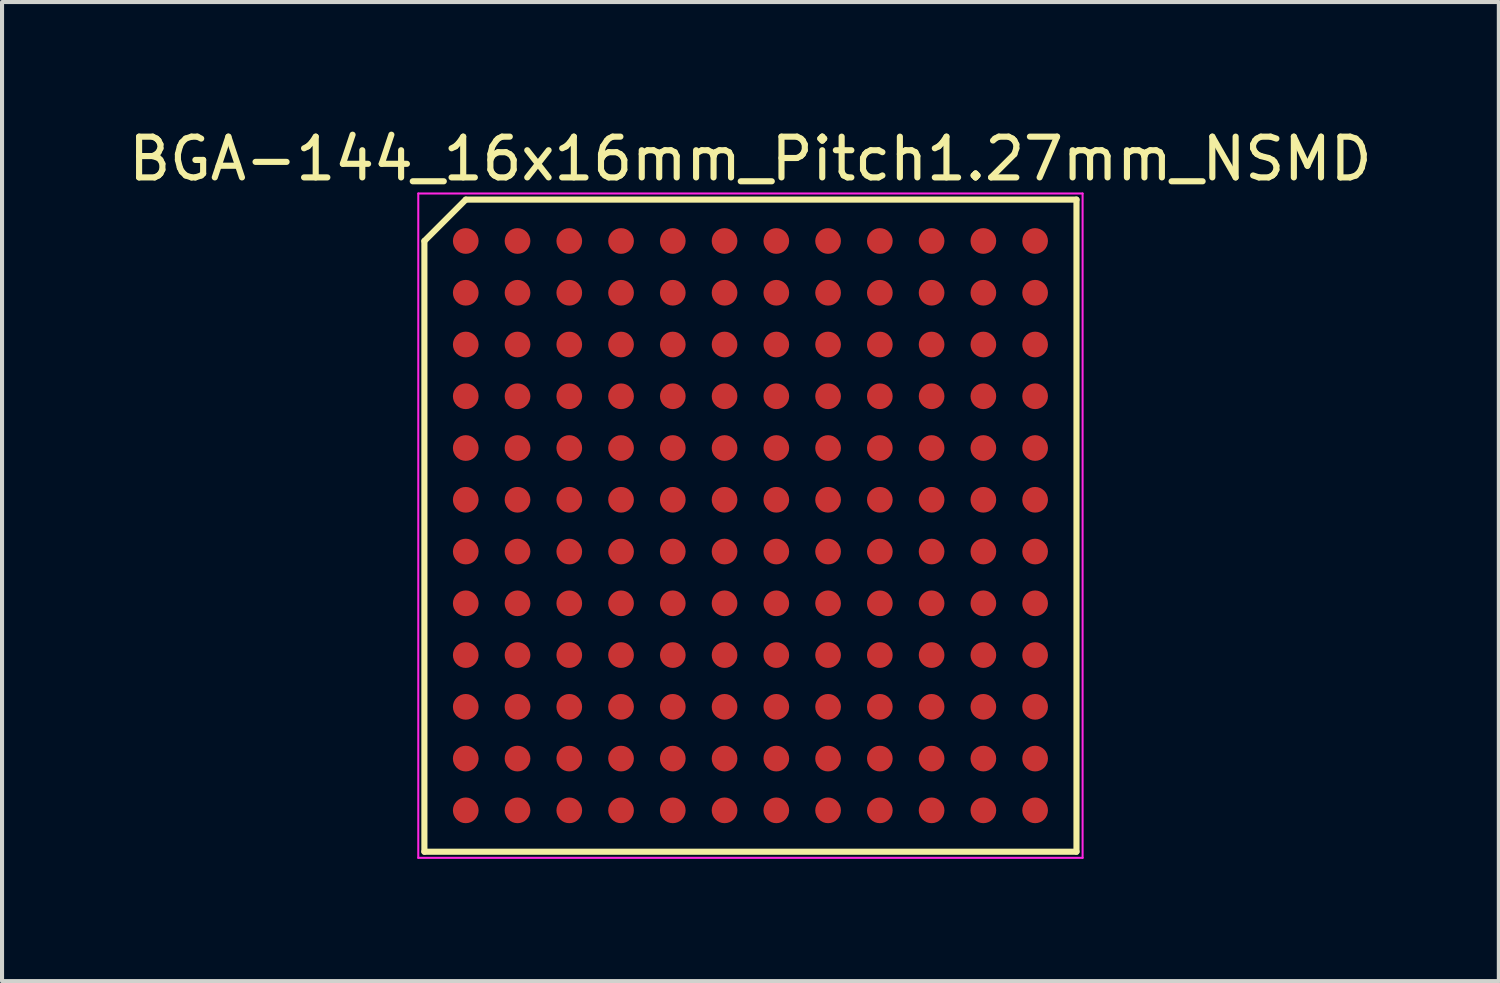
<source format=kicad_pcb>
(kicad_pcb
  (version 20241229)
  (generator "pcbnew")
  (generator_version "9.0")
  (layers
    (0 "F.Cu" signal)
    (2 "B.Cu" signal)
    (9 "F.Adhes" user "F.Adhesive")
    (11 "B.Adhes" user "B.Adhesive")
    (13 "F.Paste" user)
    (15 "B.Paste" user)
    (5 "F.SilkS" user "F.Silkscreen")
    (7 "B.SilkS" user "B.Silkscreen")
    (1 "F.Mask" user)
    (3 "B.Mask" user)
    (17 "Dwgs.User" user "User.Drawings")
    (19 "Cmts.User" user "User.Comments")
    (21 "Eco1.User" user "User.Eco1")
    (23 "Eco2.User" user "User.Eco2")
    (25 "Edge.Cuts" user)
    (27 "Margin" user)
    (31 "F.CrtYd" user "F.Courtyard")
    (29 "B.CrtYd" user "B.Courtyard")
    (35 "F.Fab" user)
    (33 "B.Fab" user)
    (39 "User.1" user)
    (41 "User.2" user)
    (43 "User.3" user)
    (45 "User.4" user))
  (footprint "BGA-144_16x16mm_Pitch1.27mm_NSMD"
    (layer "F.Cu")
    (at 15.363 9.848)
    (property "Reference" "BGA-144_16x16mm_Pitch1.27mm_NSMD" (at 0 -9 0) (layer "F.SilkS") (effects (font (size 1 1) (thickness 0.15))))
    (attr smd)
    (fp_line (start -8 -6.985) (end -8 8) (stroke (width 0.15) (type solid)) (layer "F.SilkS"))
    (fp_line (start -8 8) (end 8 8) (stroke (width 0.15) (type solid)) (layer "F.SilkS"))
    (fp_line (start -6.985 -8) (end -8 -6.985) (stroke (width 0.15) (type solid)) (layer "F.SilkS"))
    (fp_line (start 8 -8) (end -6.985 -8) (stroke (width 0.15) (type solid)) (layer "F.SilkS"))
    (fp_line (start 8 8) (end 8 -8) (stroke (width 0.15) (type solid)) (layer "F.SilkS"))
    (fp_line (start -8.15 -8.15) (end 8.15 -8.15) (stroke (width 0.05) (type solid)) (layer "F.CrtYd"))
    (fp_line (start -8.15 8.15) (end -8.15 -8.15) (stroke (width 0.05) (type solid)) (layer "F.CrtYd"))
    (fp_line (start 8.15 -8.15) (end 8.15 8.15) (stroke (width 0.05) (type solid)) (layer "F.CrtYd"))
    (fp_line (start 8.15 8.15) (end -8.15 8.15) (stroke (width 0.05) (type solid)) (layer "F.CrtYd"))
    (pad "A1" smd circle (at -6.985 -6.985) (size 0.63 0.63) (layers "F.Cu" "F.Mask" "F.Paste"))
    (pad "A2" smd circle (at -6.985 -5.715) (size 0.63 0.63) (layers "F.Cu" "F.Mask" "F.Paste"))
    (pad "A3" smd circle (at -6.985 -4.445) (size 0.63 0.63) (layers "F.Cu" "F.Mask" "F.Paste"))
    (pad "A4" smd circle (at -6.985 -3.175) (size 0.63 0.63) (layers "F.Cu" "F.Mask" "F.Paste"))
    (pad "A5" smd circle (at -6.985 -1.905) (size 0.63 0.63) (layers "F.Cu" "F.Mask" "F.Paste"))
    (pad "A6" smd circle (at -6.985 -0.635) (size 0.63 0.63) (layers "F.Cu" "F.Mask" "F.Paste"))
    (pad "A7" smd circle (at -6.985 0.635) (size 0.63 0.63) (layers "F.Cu" "F.Mask" "F.Paste"))
    (pad "A8" smd circle (at -6.985 1.905) (size 0.63 0.63) (layers "F.Cu" "F.Mask" "F.Paste"))
    (pad "A9" smd circle (at -6.985 3.175) (size 0.63 0.63) (layers "F.Cu" "F.Mask" "F.Paste"))
    (pad "A10" smd circle (at -6.985 4.445) (size 0.63 0.63) (layers "F.Cu" "F.Mask" "F.Paste"))
    (pad "A11" smd circle (at -6.985 5.715) (size 0.63 0.63) (layers "F.Cu" "F.Mask" "F.Paste"))
    (pad "A12" smd circle (at -6.985 6.985) (size 0.63 0.63) (layers "F.Cu" "F.Mask" "F.Paste"))
    (pad "B1" smd circle (at -5.715 -6.985) (size 0.63 0.63) (layers "F.Cu" "F.Mask" "F.Paste"))
    (pad "B2" smd circle (at -5.715 -5.715) (size 0.63 0.63) (layers "F.Cu" "F.Mask" "F.Paste"))
    (pad "B3" smd circle (at -5.715 -4.445) (size 0.63 0.63) (layers "F.Cu" "F.Mask" "F.Paste"))
    (pad "B4" smd circle (at -5.715 -3.175) (size 0.63 0.63) (layers "F.Cu" "F.Mask" "F.Paste"))
    (pad "B5" smd circle (at -5.715 -1.905) (size 0.63 0.63) (layers "F.Cu" "F.Mask" "F.Paste"))
    (pad "B6" smd circle (at -5.715 -0.635) (size 0.63 0.63) (layers "F.Cu" "F.Mask" "F.Paste"))
    (pad "B7" smd circle (at -5.715 0.635) (size 0.63 0.63) (layers "F.Cu" "F.Mask" "F.Paste"))
    (pad "B8" smd circle (at -5.715 1.905) (size 0.63 0.63) (layers "F.Cu" "F.Mask" "F.Paste"))
    (pad "B9" smd circle (at -5.715 3.175) (size 0.63 0.63) (layers "F.Cu" "F.Mask" "F.Paste"))
    (pad "B10" smd circle (at -5.715 4.445) (size 0.63 0.63) (layers "F.Cu" "F.Mask" "F.Paste"))
    (pad "B11" smd circle (at -5.715 5.715) (size 0.63 0.63) (layers "F.Cu" "F.Mask" "F.Paste"))
    (pad "B12" smd circle (at -5.715 6.985) (size 0.63 0.63) (layers "F.Cu" "F.Mask" "F.Paste"))
    (pad "C1" smd circle (at -4.445 -6.985) (size 0.63 0.63) (layers "F.Cu" "F.Mask" "F.Paste"))
    (pad "C2" smd circle (at -4.445 -5.715) (size 0.63 0.63) (layers "F.Cu" "F.Mask" "F.Paste"))
    (pad "C3" smd circle (at -4.445 -4.445) (size 0.63 0.63) (layers "F.Cu" "F.Mask" "F.Paste"))
    (pad "C4" smd circle (at -4.445 -3.175) (size 0.63 0.63) (layers "F.Cu" "F.Mask" "F.Paste"))
    (pad "C5" smd circle (at -4.445 -1.905) (size 0.63 0.63) (layers "F.Cu" "F.Mask" "F.Paste"))
    (pad "C6" smd circle (at -4.445 -0.635) (size 0.63 0.63) (layers "F.Cu" "F.Mask" "F.Paste"))
    (pad "C7" smd circle (at -4.445 0.635) (size 0.63 0.63) (layers "F.Cu" "F.Mask" "F.Paste"))
    (pad "C8" smd circle (at -4.445 1.905) (size 0.63 0.63) (layers "F.Cu" "F.Mask" "F.Paste"))
    (pad "C9" smd circle (at -4.445 3.175) (size 0.63 0.63) (layers "F.Cu" "F.Mask" "F.Paste"))
    (pad "C10" smd circle (at -4.445 4.445) (size 0.63 0.63) (layers "F.Cu" "F.Mask" "F.Paste"))
    (pad "C11" smd circle (at -4.445 5.715) (size 0.63 0.63) (layers "F.Cu" "F.Mask" "F.Paste"))
    (pad "C12" smd circle (at -4.445 6.985) (size 0.63 0.63) (layers "F.Cu" "F.Mask" "F.Paste"))
    (pad "D1" smd circle (at -3.175 -6.985) (size 0.63 0.63) (layers "F.Cu" "F.Mask" "F.Paste"))
    (pad "D2" smd circle (at -3.175 -5.715) (size 0.63 0.63) (layers "F.Cu" "F.Mask" "F.Paste"))
    (pad "D3" smd circle (at -3.175 -4.445) (size 0.63 0.63) (layers "F.Cu" "F.Mask" "F.Paste"))
    (pad "D4" smd circle (at -3.175 -3.175) (size 0.63 0.63) (layers "F.Cu" "F.Mask" "F.Paste"))
    (pad "D5" smd circle (at -3.175 -1.905) (size 0.63 0.63) (layers "F.Cu" "F.Mask" "F.Paste"))
    (pad "D6" smd circle (at -3.175 -0.635) (size 0.63 0.63) (layers "F.Cu" "F.Mask" "F.Paste"))
    (pad "D7" smd circle (at -3.175 0.635) (size 0.63 0.63) (layers "F.Cu" "F.Mask" "F.Paste"))
    (pad "D8" smd circle (at -3.175 1.905) (size 0.63 0.63) (layers "F.Cu" "F.Mask" "F.Paste"))
    (pad "D9" smd circle (at -3.175 3.175) (size 0.63 0.63) (layers "F.Cu" "F.Mask" "F.Paste"))
    (pad "D10" smd circle (at -3.175 4.445) (size 0.63 0.63) (layers "F.Cu" "F.Mask" "F.Paste"))
    (pad "D11" smd circle (at -3.175 5.715) (size 0.63 0.63) (layers "F.Cu" "F.Mask" "F.Paste"))
    (pad "D12" smd circle (at -3.175 6.985) (size 0.63 0.63) (layers "F.Cu" "F.Mask" "F.Paste"))
    (pad "E1" smd circle (at -1.905 -6.985) (size 0.63 0.63) (layers "F.Cu" "F.Mask" "F.Paste"))
    (pad "E2" smd circle (at -1.905 -5.715) (size 0.63 0.63) (layers "F.Cu" "F.Mask" "F.Paste"))
    (pad "E3" smd circle (at -1.905 -4.445) (size 0.63 0.63) (layers "F.Cu" "F.Mask" "F.Paste"))
    (pad "E4" smd circle (at -1.905 -3.175) (size 0.63 0.63) (layers "F.Cu" "F.Mask" "F.Paste"))
    (pad "E5" smd circle (at -1.905 -1.905) (size 0.63 0.63) (layers "F.Cu" "F.Mask" "F.Paste"))
    (pad "E6" smd circle (at -1.905 -0.635) (size 0.63 0.63) (layers "F.Cu" "F.Mask" "F.Paste"))
    (pad "E7" smd circle (at -1.905 0.635) (size 0.63 0.63) (layers "F.Cu" "F.Mask" "F.Paste"))
    (pad "E8" smd circle (at -1.905 1.905) (size 0.63 0.63) (layers "F.Cu" "F.Mask" "F.Paste"))
    (pad "E9" smd circle (at -1.905 3.175) (size 0.63 0.63) (layers "F.Cu" "F.Mask" "F.Paste"))
    (pad "E10" smd circle (at -1.905 4.445) (size 0.63 0.63) (layers "F.Cu" "F.Mask" "F.Paste"))
    (pad "E11" smd circle (at -1.905 5.715) (size 0.63 0.63) (layers "F.Cu" "F.Mask" "F.Paste"))
    (pad "E12" smd circle (at -1.905 6.985) (size 0.63 0.63) (layers "F.Cu" "F.Mask" "F.Paste"))
    (pad "F1" smd circle (at -0.635 -6.985) (size 0.63 0.63) (layers "F.Cu" "F.Mask" "F.Paste"))
    (pad "F2" smd circle (at -0.635 -5.715) (size 0.63 0.63) (layers "F.Cu" "F.Mask" "F.Paste"))
    (pad "F3" smd circle (at -0.635 -4.445) (size 0.63 0.63) (layers "F.Cu" "F.Mask" "F.Paste"))
    (pad "F4" smd circle (at -0.635 -3.175) (size 0.63 0.63) (layers "F.Cu" "F.Mask" "F.Paste"))
    (pad "F5" smd circle (at -0.635 -1.905) (size 0.63 0.63) (layers "F.Cu" "F.Mask" "F.Paste"))
    (pad "F6" smd circle (at -0.635 -0.635) (size 0.63 0.63) (layers "F.Cu" "F.Mask" "F.Paste"))
    (pad "F7" smd circle (at -0.635 0.635) (size 0.63 0.63) (layers "F.Cu" "F.Mask" "F.Paste"))
    (pad "F8" smd circle (at -0.635 1.905) (size 0.63 0.63) (layers "F.Cu" "F.Mask" "F.Paste"))
    (pad "F9" smd circle (at -0.635 3.175) (size 0.63 0.63) (layers "F.Cu" "F.Mask" "F.Paste"))
    (pad "F10" smd circle (at -0.635 4.445) (size 0.63 0.63) (layers "F.Cu" "F.Mask" "F.Paste"))
    (pad "F11" smd circle (at -0.635 5.715) (size 0.63 0.63) (layers "F.Cu" "F.Mask" "F.Paste"))
    (pad "F12" smd circle (at -0.635 6.985) (size 0.63 0.63) (layers "F.Cu" "F.Mask" "F.Paste"))
    (pad "G1" smd circle (at 0.635 -6.985) (size 0.63 0.63) (layers "F.Cu" "F.Mask" "F.Paste"))
    (pad "G2" smd circle (at 0.635 -5.715) (size 0.63 0.63) (layers "F.Cu" "F.Mask" "F.Paste"))
    (pad "G3" smd circle (at 0.635 -4.445) (size 0.63 0.63) (layers "F.Cu" "F.Mask" "F.Paste"))
    (pad "G4" smd circle (at 0.635 -3.175) (size 0.63 0.63) (layers "F.Cu" "F.Mask" "F.Paste"))
    (pad "G5" smd circle (at 0.635 -1.905) (size 0.63 0.63) (layers "F.Cu" "F.Mask" "F.Paste"))
    (pad "G6" smd circle (at 0.635 -0.635) (size 0.63 0.63) (layers "F.Cu" "F.Mask" "F.Paste"))
    (pad "G7" smd circle (at 0.635 0.635) (size 0.63 0.63) (layers "F.Cu" "F.Mask" "F.Paste"))
    (pad "G8" smd circle (at 0.635 1.905) (size 0.63 0.63) (layers "F.Cu" "F.Mask" "F.Paste"))
    (pad "G9" smd circle (at 0.635 3.175) (size 0.63 0.63) (layers "F.Cu" "F.Mask" "F.Paste"))
    (pad "G10" smd circle (at 0.635 4.445) (size 0.63 0.63) (layers "F.Cu" "F.Mask" "F.Paste"))
    (pad "G11" smd circle (at 0.635 5.715) (size 0.63 0.63) (layers "F.Cu" "F.Mask" "F.Paste"))
    (pad "G12" smd circle (at 0.635 6.985) (size 0.63 0.63) (layers "F.Cu" "F.Mask" "F.Paste"))
    (pad "H1" smd circle (at 1.905 -6.985) (size 0.63 0.63) (layers "F.Cu" "F.Mask" "F.Paste"))
    (pad "H2" smd circle (at 1.905 -5.715) (size 0.63 0.63) (layers "F.Cu" "F.Mask" "F.Paste"))
    (pad "H3" smd circle (at 1.905 -4.445) (size 0.63 0.63) (layers "F.Cu" "F.Mask" "F.Paste"))
    (pad "H4" smd circle (at 1.905 -3.175) (size 0.63 0.63) (layers "F.Cu" "F.Mask" "F.Paste"))
    (pad "H5" smd circle (at 1.905 -1.905) (size 0.63 0.63) (layers "F.Cu" "F.Mask" "F.Paste"))
    (pad "H6" smd circle (at 1.905 -0.635) (size 0.63 0.63) (layers "F.Cu" "F.Mask" "F.Paste"))
    (pad "H7" smd circle (at 1.905 0.635) (size 0.63 0.63) (layers "F.Cu" "F.Mask" "F.Paste"))
    (pad "H8" smd circle (at 1.905 1.905) (size 0.63 0.63) (layers "F.Cu" "F.Mask" "F.Paste"))
    (pad "H9" smd circle (at 1.905 3.175) (size 0.63 0.63) (layers "F.Cu" "F.Mask" "F.Paste"))
    (pad "H10" smd circle (at 1.905 4.445) (size 0.63 0.63) (layers "F.Cu" "F.Mask" "F.Paste"))
    (pad "H11" smd circle (at 1.905 5.715) (size 0.63 0.63) (layers "F.Cu" "F.Mask" "F.Paste"))
    (pad "H12" smd circle (at 1.905 6.985) (size 0.63 0.63) (layers "F.Cu" "F.Mask" "F.Paste"))
    (pad "J1" smd circle (at 3.175 -6.985) (size 0.63 0.63) (layers "F.Cu" "F.Mask" "F.Paste"))
    (pad "J2" smd circle (at 3.175 -5.715) (size 0.63 0.63) (layers "F.Cu" "F.Mask" "F.Paste"))
    (pad "J3" smd circle (at 3.175 -4.445) (size 0.63 0.63) (layers "F.Cu" "F.Mask" "F.Paste"))
    (pad "J4" smd circle (at 3.175 -3.175) (size 0.63 0.63) (layers "F.Cu" "F.Mask" "F.Paste"))
    (pad "J5" smd circle (at 3.175 -1.905) (size 0.63 0.63) (layers "F.Cu" "F.Mask" "F.Paste"))
    (pad "J6" smd circle (at 3.175 -0.635) (size 0.63 0.63) (layers "F.Cu" "F.Mask" "F.Paste"))
    (pad "J7" smd circle (at 3.175 0.635) (size 0.63 0.63) (layers "F.Cu" "F.Mask" "F.Paste"))
    (pad "J8" smd circle (at 3.175 1.905) (size 0.63 0.63) (layers "F.Cu" "F.Mask" "F.Paste"))
    (pad "J9" smd circle (at 3.175 3.175) (size 0.63 0.63) (layers "F.Cu" "F.Mask" "F.Paste"))
    (pad "J10" smd circle (at 3.175 4.445) (size 0.63 0.63) (layers "F.Cu" "F.Mask" "F.Paste"))
    (pad "J11" smd circle (at 3.175 5.715) (size 0.63 0.63) (layers "F.Cu" "F.Mask" "F.Paste"))
    (pad "J12" smd circle (at 3.175 6.985) (size 0.63 0.63) (layers "F.Cu" "F.Mask" "F.Paste"))
    (pad "K1" smd circle (at 4.445 -6.985) (size 0.63 0.63) (layers "F.Cu" "F.Mask" "F.Paste"))
    (pad "K2" smd circle (at 4.445 -5.715) (size 0.63 0.63) (layers "F.Cu" "F.Mask" "F.Paste"))
    (pad "K3" smd circle (at 4.445 -4.445) (size 0.63 0.63) (layers "F.Cu" "F.Mask" "F.Paste"))
    (pad "K4" smd circle (at 4.445 -3.175) (size 0.63 0.63) (layers "F.Cu" "F.Mask" "F.Paste"))
    (pad "K5" smd circle (at 4.445 -1.905) (size 0.63 0.63) (layers "F.Cu" "F.Mask" "F.Paste"))
    (pad "K6" smd circle (at 4.445 -0.635) (size 0.63 0.63) (layers "F.Cu" "F.Mask" "F.Paste"))
    (pad "K7" smd circle (at 4.445 0.635) (size 0.63 0.63) (layers "F.Cu" "F.Mask" "F.Paste"))
    (pad "K8" smd circle (at 4.445 1.905) (size 0.63 0.63) (layers "F.Cu" "F.Mask" "F.Paste"))
    (pad "K9" smd circle (at 4.445 3.175) (size 0.63 0.63) (layers "F.Cu" "F.Mask" "F.Paste"))
    (pad "K10" smd circle (at 4.445 4.445) (size 0.63 0.63) (layers "F.Cu" "F.Mask" "F.Paste"))
    (pad "K11" smd circle (at 4.445 5.715) (size 0.63 0.63) (layers "F.Cu" "F.Mask" "F.Paste"))
    (pad "K12" smd circle (at 4.445 6.985) (size 0.63 0.63) (layers "F.Cu" "F.Mask" "F.Paste"))
    (pad "L1" smd circle (at 5.715 -6.985) (size 0.63 0.63) (layers "F.Cu" "F.Mask" "F.Paste"))
    (pad "L2" smd circle (at 5.715 -5.715) (size 0.63 0.63) (layers "F.Cu" "F.Mask" "F.Paste"))
    (pad "L3" smd circle (at 5.715 -4.445) (size 0.63 0.63) (layers "F.Cu" "F.Mask" "F.Paste"))
    (pad "L4" smd circle (at 5.715 -3.175) (size 0.63 0.63) (layers "F.Cu" "F.Mask" "F.Paste"))
    (pad "L5" smd circle (at 5.715 -1.905) (size 0.63 0.63) (layers "F.Cu" "F.Mask" "F.Paste"))
    (pad "L6" smd circle (at 5.715 -0.635) (size 0.63 0.63) (layers "F.Cu" "F.Mask" "F.Paste"))
    (pad "L7" smd circle (at 5.715 0.635) (size 0.63 0.63) (layers "F.Cu" "F.Mask" "F.Paste"))
    (pad "L8" smd circle (at 5.715 1.905) (size 0.63 0.63) (layers "F.Cu" "F.Mask" "F.Paste"))
    (pad "L9" smd circle (at 5.715 3.175) (size 0.63 0.63) (layers "F.Cu" "F.Mask" "F.Paste"))
    (pad "L10" smd circle (at 5.715 4.445) (size 0.63 0.63) (layers "F.Cu" "F.Mask" "F.Paste"))
    (pad "L11" smd circle (at 5.715 5.715) (size 0.63 0.63) (layers "F.Cu" "F.Mask" "F.Paste"))
    (pad "L12" smd circle (at 5.715 6.985) (size 0.63 0.63) (layers "F.Cu" "F.Mask" "F.Paste"))
    (pad "M1" smd circle (at 6.985 -6.985) (size 0.63 0.63) (layers "F.Cu" "F.Mask" "F.Paste"))
    (pad "M2" smd circle (at 6.985 -5.715) (size 0.63 0.63) (layers "F.Cu" "F.Mask" "F.Paste"))
    (pad "M3" smd circle (at 6.985 -4.445) (size 0.63 0.63) (layers "F.Cu" "F.Mask" "F.Paste"))
    (pad "M4" smd circle (at 6.985 -3.175) (size 0.63 0.63) (layers "F.Cu" "F.Mask" "F.Paste"))
    (pad "M5" smd circle (at 6.985 -1.905) (size 0.63 0.63) (layers "F.Cu" "F.Mask" "F.Paste"))
    (pad "M6" smd circle (at 6.985 -0.635) (size 0.63 0.63) (layers "F.Cu" "F.Mask" "F.Paste"))
    (pad "M7" smd circle (at 6.985 0.635) (size 0.63 0.63) (layers "F.Cu" "F.Mask" "F.Paste"))
    (pad "M8" smd circle (at 6.985 1.905) (size 0.63 0.63) (layers "F.Cu" "F.Mask" "F.Paste"))
    (pad "M9" smd circle (at 6.985 3.175) (size 0.63 0.63) (layers "F.Cu" "F.Mask" "F.Paste"))
    (pad "M10" smd circle (at 6.985 4.445) (size 0.63 0.63) (layers "F.Cu" "F.Mask" "F.Paste"))
    (pad "M11" smd circle (at 6.985 5.715) (size 0.63 0.63) (layers "F.Cu" "F.Mask" "F.Paste"))
    (pad "M12" smd circle (at 6.985 6.985) (size 0.63 0.63) (layers "F.Cu" "F.Mask" "F.Paste")))
  (gr_rect
    (start -3 -3)
    (end 33.726 21.023)
    (stroke (width 0.1) (type default))
    (fill no)
    (layer "Edge.Cuts")))
</source>
